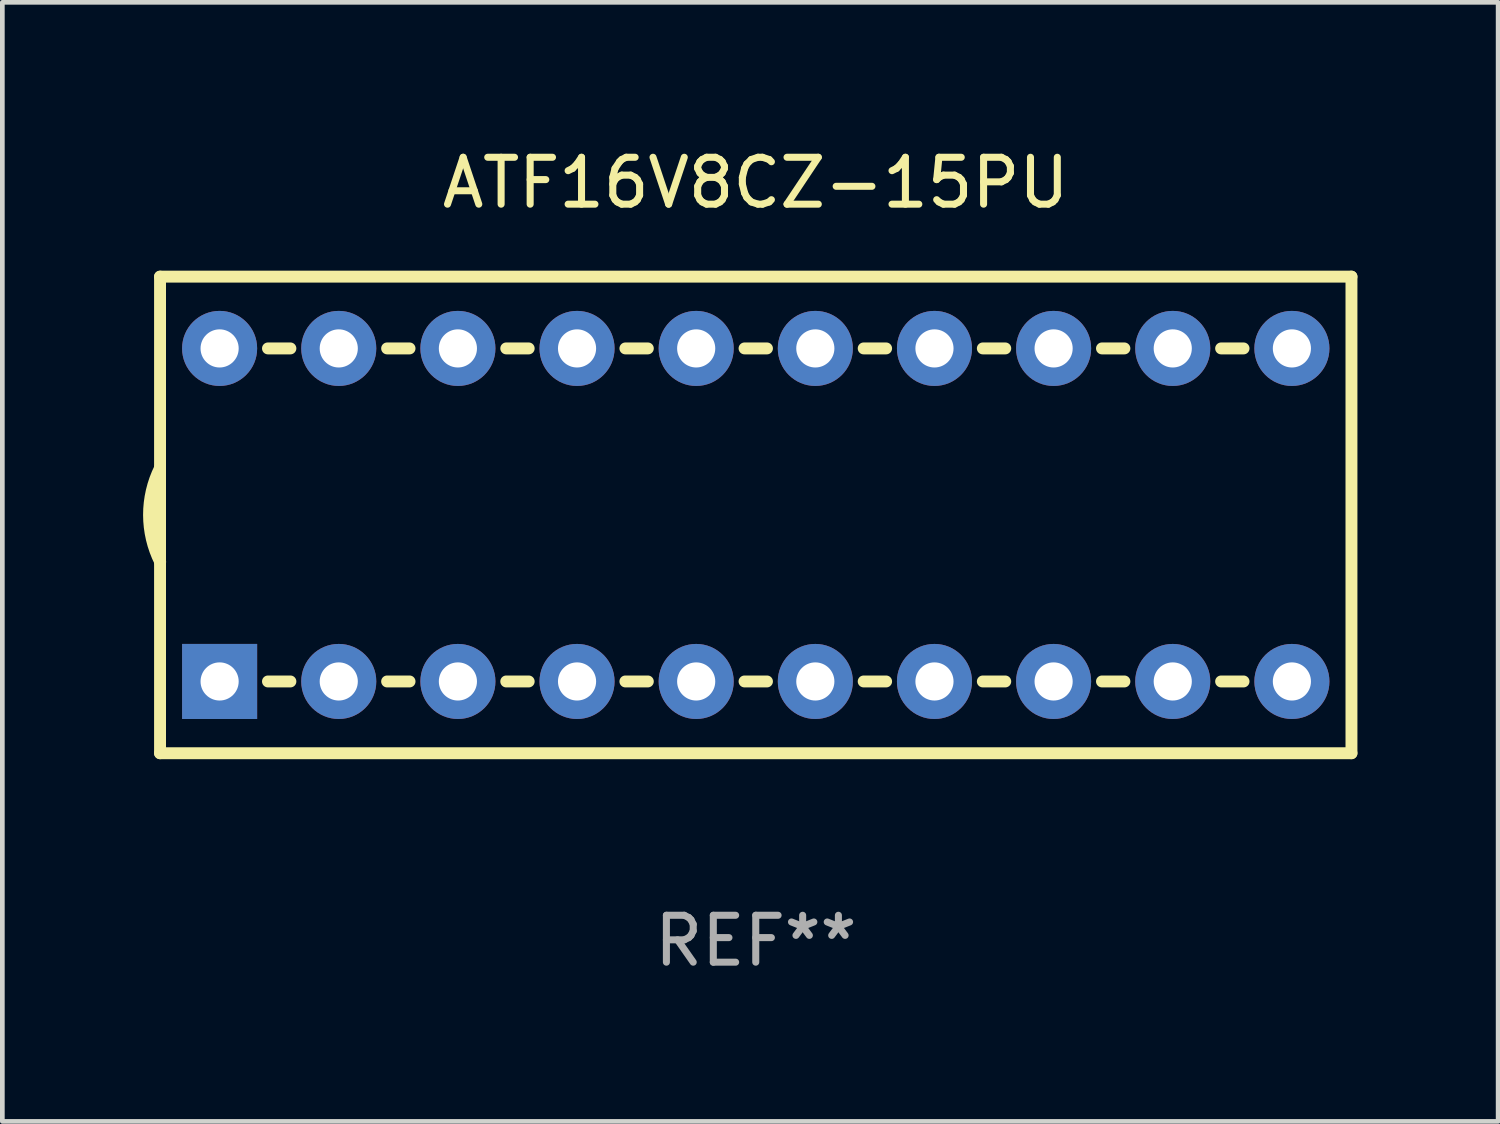
<source format=kicad_pcb>
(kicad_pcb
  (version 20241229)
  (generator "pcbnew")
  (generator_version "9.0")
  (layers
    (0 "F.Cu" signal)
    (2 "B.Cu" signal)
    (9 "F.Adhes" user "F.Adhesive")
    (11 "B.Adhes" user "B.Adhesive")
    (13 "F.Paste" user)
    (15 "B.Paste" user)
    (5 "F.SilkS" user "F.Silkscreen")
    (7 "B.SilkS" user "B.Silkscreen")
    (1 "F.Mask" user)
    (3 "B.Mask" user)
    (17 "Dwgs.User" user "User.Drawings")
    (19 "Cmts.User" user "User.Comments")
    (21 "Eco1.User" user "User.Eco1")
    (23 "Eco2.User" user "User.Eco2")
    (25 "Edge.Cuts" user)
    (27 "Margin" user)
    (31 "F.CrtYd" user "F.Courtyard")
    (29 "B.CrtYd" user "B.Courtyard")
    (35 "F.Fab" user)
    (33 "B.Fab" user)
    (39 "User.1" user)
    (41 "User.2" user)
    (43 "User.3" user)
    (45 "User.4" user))
  (footprint "ATF16V8CZ-15PU"
    (layer "F.Cu")
    (at 13.062 7.928)
    (property "Reference" "ATF16V8CZ-15PU" (at 0 -7.08 0) (layer "F.SilkS") (effects (font (size 1 1) (thickness 0.15))))
    (attr through_hole)
    (fp_line (start -12.7 -5.08) (end -12.7 5.08) (stroke (width 0.254) (type solid)) (layer "F.SilkS"))
    (fp_line (start -12.7 5.08) (end 12.7 5.08) (stroke (width 0.254) (type solid)) (layer "F.SilkS"))
    (fp_line (start -10.399 -3.55) (end -9.921 -3.55) (stroke (width 0.254) (type solid)) (layer "F.SilkS"))
    (fp_line (start -10.399 3.55) (end -9.921 3.55) (stroke (width 0.254) (type solid)) (layer "F.SilkS"))
    (fp_line (start -7.859 -3.55) (end -7.381 -3.55) (stroke (width 0.254) (type solid)) (layer "F.SilkS"))
    (fp_line (start -7.859 3.55) (end -7.381 3.55) (stroke (width 0.254) (type solid)) (layer "F.SilkS"))
    (fp_line (start -5.319 -3.55) (end -4.841 -3.55) (stroke (width 0.254) (type solid)) (layer "F.SilkS"))
    (fp_line (start -5.319 3.55) (end -4.841 3.55) (stroke (width 0.254) (type solid)) (layer "F.SilkS"))
    (fp_line (start -2.779 -3.55) (end -2.301 -3.55) (stroke (width 0.254) (type solid)) (layer "F.SilkS"))
    (fp_line (start -2.779 3.55) (end -2.301 3.55) (stroke (width 0.254) (type solid)) (layer "F.SilkS"))
    (fp_line (start -0.239 -3.55) (end 0.239 -3.55) (stroke (width 0.254) (type solid)) (layer "F.SilkS"))
    (fp_line (start -0.239 3.55) (end 0.239 3.55) (stroke (width 0.254) (type solid)) (layer "F.SilkS"))
    (fp_line (start 2.301 -3.55) (end 2.779 -3.55) (stroke (width 0.254) (type solid)) (layer "F.SilkS"))
    (fp_line (start 2.301 3.55) (end 2.779 3.55) (stroke (width 0.254) (type solid)) (layer "F.SilkS"))
    (fp_line (start 4.841 -3.55) (end 5.319 -3.55) (stroke (width 0.254) (type solid)) (layer "F.SilkS"))
    (fp_line (start 4.841 3.55) (end 5.319 3.55) (stroke (width 0.254) (type solid)) (layer "F.SilkS"))
    (fp_line (start 7.381 -3.55) (end 7.859 -3.55) (stroke (width 0.254) (type solid)) (layer "F.SilkS"))
    (fp_line (start 7.381 3.55) (end 7.859 3.55) (stroke (width 0.254) (type solid)) (layer "F.SilkS"))
    (fp_line (start 9.921 -3.55) (end 10.399 -3.55) (stroke (width 0.254) (type solid)) (layer "F.SilkS"))
    (fp_line (start 9.921 3.55) (end 10.399 3.55) (stroke (width 0.254) (type solid)) (layer "F.SilkS"))
    (fp_line (start 12.7 -5.08) (end -12.7 -5.08) (stroke (width 0.254) (type solid)) (layer "F.SilkS"))
    (fp_line (start 12.7 5.08) (end 12.7 -5.08) (stroke (width 0.254) (type solid)) (layer "F.SilkS"))
    (fp_arc (start -12.697638 0.999974) (mid -12.934513 0.000281) (end -12.700025 -0.999975) (stroke (width 0.254001) (type solid)) (layer "F.SilkS"))
    (fp_circle (center -12.7 5.08) (end -12.67 5.08) (stroke (width 0.06) (type solid)) (fill no) (layer "F.SilkS"))
    (fp_text user "REF**" (at 0 9.08 0) (layer "F.Fab") (effects (font (size 1 1) (thickness 0.15))))
    (pad "1" thru_hole rect (at -11.43 3.55) (size 1.6 1.6) (drill 0.813) (layers "*.Cu" "*.Mask"))
    (pad "2" thru_hole circle (at -8.89 3.55) (size 1.6 1.6) (drill 0.813) (layers "*.Cu" "*.Mask"))
    (pad "3" thru_hole circle (at -6.35 3.55) (size 1.6 1.6) (drill 0.813) (layers "*.Cu" "*.Mask"))
    (pad "4" thru_hole circle (at -3.81 3.55) (size 1.6 1.6) (drill 0.813) (layers "*.Cu" "*.Mask"))
    (pad "5" thru_hole circle (at -1.27 3.55) (size 1.6 1.6) (drill 0.813) (layers "*.Cu" "*.Mask"))
    (pad "6" thru_hole circle (at 1.27 3.55) (size 1.6 1.6) (drill 0.813) (layers "*.Cu" "*.Mask"))
    (pad "7" thru_hole circle (at 3.81 3.55) (size 1.6 1.6) (drill 0.813) (layers "*.Cu" "*.Mask"))
    (pad "8" thru_hole circle (at 6.35 3.55) (size 1.6 1.6) (drill 0.813) (layers "*.Cu" "*.Mask"))
    (pad "9" thru_hole circle (at 8.89 3.55) (size 1.6 1.6) (drill 0.813) (layers "*.Cu" "*.Mask"))
    (pad "10" thru_hole circle (at 11.43 3.55) (size 1.6 1.6) (drill 0.813) (layers "*.Cu" "*.Mask"))
    (pad "11" thru_hole circle (at 11.43 -3.55) (size 1.6 1.6) (drill 0.813) (layers "*.Cu" "*.Mask"))
    (pad "12" thru_hole circle (at 8.89 -3.55) (size 1.6 1.6) (drill 0.813) (layers "*.Cu" "*.Mask"))
    (pad "13" thru_hole circle (at 6.35 -3.55) (size 1.6 1.6) (drill 0.813) (layers "*.Cu" "*.Mask"))
    (pad "14" thru_hole circle (at 3.81 -3.55) (size 1.6 1.6) (drill 0.813) (layers "*.Cu" "*.Mask"))
    (pad "15" thru_hole circle (at 1.27 -3.55) (size 1.6 1.6) (drill 0.813) (layers "*.Cu" "*.Mask"))
    (pad "16" thru_hole circle (at -1.27 -3.55) (size 1.6 1.6) (drill 0.813) (layers "*.Cu" "*.Mask"))
    (pad "17" thru_hole circle (at -3.81 -3.55) (size 1.6 1.6) (drill 0.813) (layers "*.Cu" "*.Mask"))
    (pad "18" thru_hole circle (at -6.35 -3.55) (size 1.6 1.6) (drill 0.813) (layers "*.Cu" "*.Mask"))
    (pad "19" thru_hole circle (at -8.89 -3.55) (size 1.6 1.6) (drill 0.813) (layers "*.Cu" "*.Mask"))
    (pad "20" thru_hole circle (at -11.43 -3.55) (size 1.6 1.6) (drill 0.813) (layers "*.Cu" "*.Mask")))
  (gr_rect
    (start -3 -3)
    (end 28.889 20.857)
    (stroke (width 0.1) (type default))
    (fill no)
    (layer "Edge.Cuts")))
</source>
